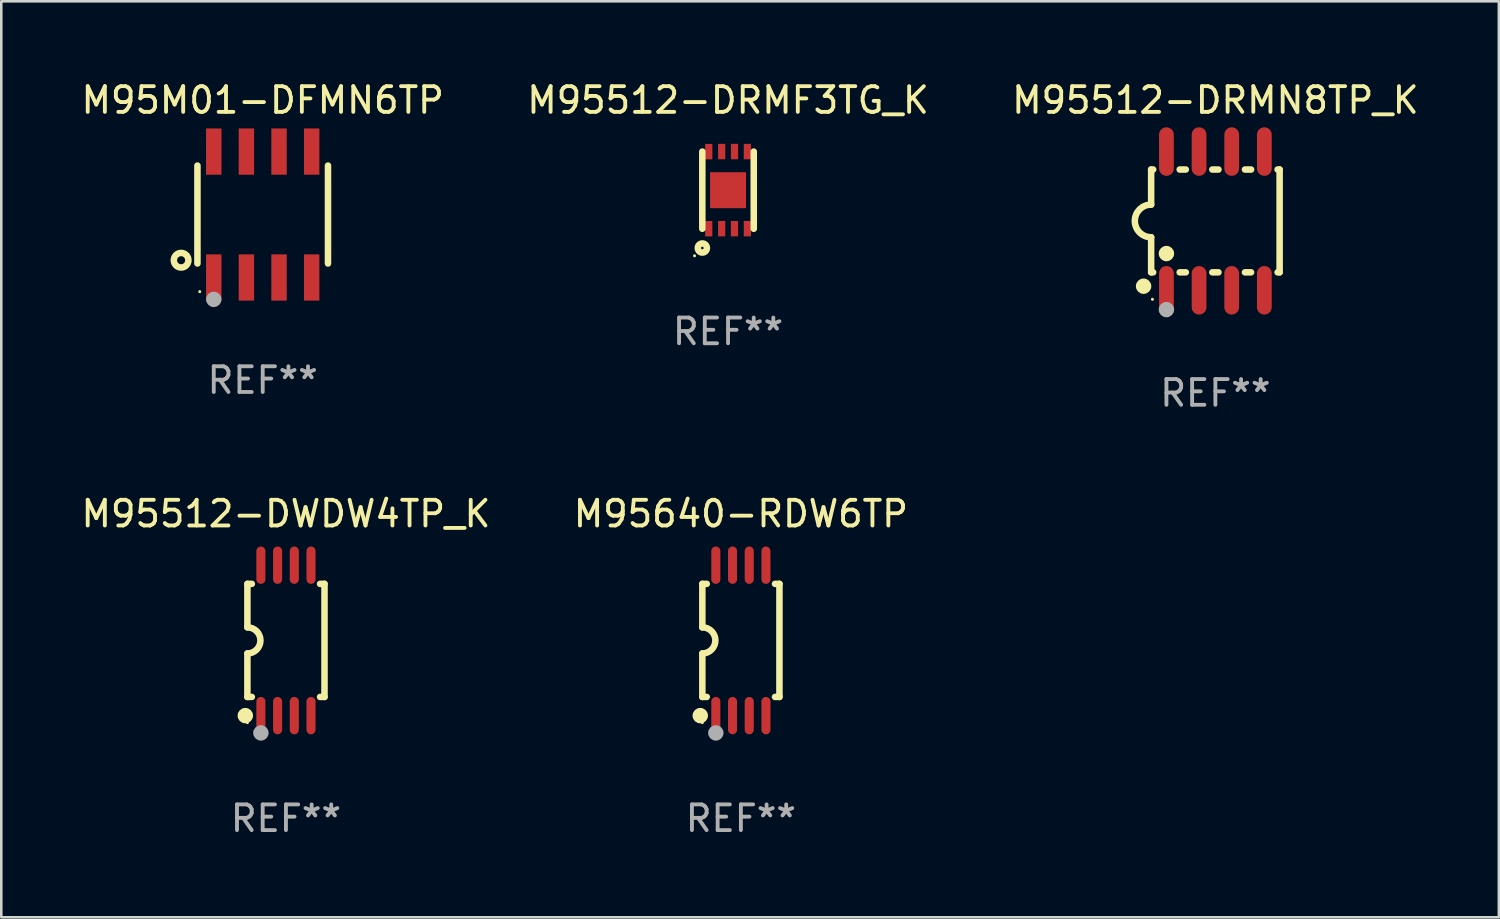
<source format=kicad_pcb>
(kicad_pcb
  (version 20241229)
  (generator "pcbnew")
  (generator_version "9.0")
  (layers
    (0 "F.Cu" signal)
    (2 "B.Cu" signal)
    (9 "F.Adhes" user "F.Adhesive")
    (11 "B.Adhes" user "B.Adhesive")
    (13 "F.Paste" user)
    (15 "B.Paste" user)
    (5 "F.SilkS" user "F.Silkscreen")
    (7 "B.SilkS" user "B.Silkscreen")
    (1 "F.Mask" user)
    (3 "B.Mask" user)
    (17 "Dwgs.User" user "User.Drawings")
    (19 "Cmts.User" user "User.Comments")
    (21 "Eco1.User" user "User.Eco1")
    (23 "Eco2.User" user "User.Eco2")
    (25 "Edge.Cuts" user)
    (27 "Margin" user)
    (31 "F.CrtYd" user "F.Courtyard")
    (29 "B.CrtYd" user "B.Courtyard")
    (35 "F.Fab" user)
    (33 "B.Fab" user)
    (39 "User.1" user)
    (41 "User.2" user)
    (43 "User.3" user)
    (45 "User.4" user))
  (footprint "M95512-DRMF3TG_K"
    (layer "F.Cu")
    (at 25.28 4.35)
    (property "Reference" "M95512-DRMF3TG_K" (at 0 -3.502 0) (layer "F.SilkS") (effects (font (size 1 1) (thickness 0.15))))
    (attr through_hole)
    (fp_line (start -1.001 1.502) (end -1.001 -1.501) (stroke (width 0.254) (type solid)) (layer "F.SilkS"))
    (fp_line (start 1.001 1.502) (end 1.001 -1.501) (stroke (width 0.254) (type solid)) (layer "F.SilkS"))
    (fp_circle (center -1.304 2.554) (end -1.274 2.554) (stroke (width 0.06) (type solid)) (fill no) (layer "F.SilkS"))
    (fp_circle (center -1 2.251) (end -0.823 2.251) (stroke (width 0.254) (type solid)) (fill no) (layer "F.SilkS"))
    (fp_text user "REF**" (at 0 5.502 0) (layer "F.Fab") (effects (font (size 1 1) (thickness 0.15))))
    (pad "1" smd rect (at -0.75 1.5 180) (size 0.28 0.6) (layers "F.Cu" "F.Mask" "F.Paste"))
    (pad "2" smd rect (at -0.248 1.498 180) (size 0.28 0.6) (layers "F.Cu" "F.Mask" "F.Paste"))
    (pad "3" smd rect (at 0.25 1.5 180) (size 0.28 0.6) (layers "F.Cu" "F.Mask" "F.Paste"))
    (pad "4" smd rect (at 0.752 1.498 180) (size 0.28 0.6) (layers "F.Cu" "F.Mask" "F.Paste"))
    (pad "5" smd rect (at 0.752 -1.502 180) (size 0.28 0.6) (layers "F.Cu" "F.Mask" "F.Paste"))
    (pad "6" smd rect (at 0.252 -1.502 180) (size 0.28 0.6) (layers "F.Cu" "F.Mask" "F.Paste"))
    (pad "7" smd rect (at -0.248 -1.502 180) (size 0.28 0.6) (layers "F.Cu" "F.Mask" "F.Paste"))
    (pad "8" smd rect (at -0.75 -1.5 180) (size 0.28 0.6) (layers "F.Cu" "F.Mask" "F.Paste"))
    (pad "9" smd rect (at 0.000051 0.001 270) (size 1.4 1.4) (layers "F.Cu" "F.Mask" "F.Paste")))
  (footprint "M95M01-DFMN6TP"
    (layer "F.Cu")
    (at 7.173 5.298)
    (property "Reference" "M95M01-DFMN6TP" (at 0 -4.45 0) (layer "F.SilkS") (effects (font (size 1 1) (thickness 0.15))))
    (attr through_hole)
    (fp_line (start -2.54 -1.905) (end -2.54 1.905) (stroke (width 0.254) (type solid)) (layer "F.SilkS"))
    (fp_line (start 2.54 -1.905) (end 2.54 1.905) (stroke (width 0.254) (type solid)) (layer "F.SilkS"))
    (fp_circle (center -3.175 1.778) (end -2.891 1.778) (stroke (width 0.254) (type solid)) (fill no) (layer "F.SilkS"))
    (fp_circle (center -2.45 3) (end -2.42 3) (stroke (width 0.06) (type solid)) (fill no) (layer "F.SilkS"))
    (fp_circle (center -1.905 3.302) (end -1.755 3.302) (stroke (width 0.3) (type solid)) (fill no) (layer "F.Fab"))
    (fp_text user "REF**" (at 0 6.45 0) (layer "F.Fab") (effects (font (size 1 1) (thickness 0.15))))
    (pad "1" smd rect (at -1.905 2.45) (size 0.6 1.8) (layers "F.Cu" "F.Mask" "F.Paste"))
    (pad "2" smd rect (at -0.635 2.45) (size 0.6 1.8) (layers "F.Cu" "F.Mask" "F.Paste"))
    (pad "3" smd rect (at 0.635 2.45) (size 0.6 1.8) (layers "F.Cu" "F.Mask" "F.Paste"))
    (pad "4" smd rect (at 1.905 2.45) (size 0.6 1.8) (layers "F.Cu" "F.Mask" "F.Paste"))
    (pad "5" smd rect (at 1.905 -2.45 180) (size 0.6 1.8) (layers "F.Cu" "F.Mask" "F.Paste"))
    (pad "6" smd rect (at 0.635 -2.45 180) (size 0.6 1.8) (layers "F.Cu" "F.Mask" "F.Paste"))
    (pad "7" smd rect (at -0.635 -2.45 180) (size 0.6 1.8) (layers "F.Cu" "F.Mask" "F.Paste"))
    (pad "8" smd rect (at -1.905 -2.45 180) (size 0.6 1.8) (layers "F.Cu" "F.Mask" "F.Paste")))
  (footprint "M95512-DRMN8TP_K"
    (layer "F.Cu")
    (at 44.244 5.547)
    (property "Reference" "M95512-DRMN8TP_K" (at 0 -4.699 0) (layer "F.SilkS") (effects (font (size 1 1) (thickness 0.15))))
    (attr through_hole)
    (fp_line (start -2.5 -2) (end -2.5 -0.635) (stroke (width 0.254) (type solid)) (layer "F.SilkS"))
    (fp_line (start -2.5 -2) (end -2.421 -2) (stroke (width 0.254) (type solid)) (layer "F.SilkS"))
    (fp_line (start -2.5 2) (end -2.5 0.635) (stroke (width 0.254) (type solid)) (layer "F.SilkS"))
    (fp_line (start -2.5 2) (end -2.421 2) (stroke (width 0.254) (type solid)) (layer "F.SilkS"))
    (fp_line (start -1.389 -2) (end -1.151 -2) (stroke (width 0.254) (type solid)) (layer "F.SilkS"))
    (fp_line (start -1.389 2) (end -1.151 2) (stroke (width 0.254) (type solid)) (layer "F.SilkS"))
    (fp_line (start -0.119 -2) (end 0.119 -2) (stroke (width 0.254) (type solid)) (layer "F.SilkS"))
    (fp_line (start -0.119 2) (end 0.119 2) (stroke (width 0.254) (type solid)) (layer "F.SilkS"))
    (fp_line (start 1.151 -2) (end 1.389 -2) (stroke (width 0.254) (type solid)) (layer "F.SilkS"))
    (fp_line (start 1.151 2) (end 1.389 2) (stroke (width 0.254) (type solid)) (layer "F.SilkS"))
    (fp_line (start 2.421 -2) (end 2.5 -2) (stroke (width 0.254) (type solid)) (layer "F.SilkS"))
    (fp_line (start 2.421 2) (end 2.5 2) (stroke (width 0.254) (type solid)) (layer "F.SilkS"))
    (fp_line (start 2.5 -2) (end 2.5 2) (stroke (width 0.254) (type solid)) (layer "F.SilkS"))
    (fp_arc (start -2.5 0.635001) (mid -3.134366 -0.000318) (end -2.499365 -0.635001) (stroke (width 0.254001) (type solid)) (layer "F.SilkS"))
    (fp_circle (center -2.794 2.54) (end -2.644 2.54) (stroke (width 0.3) (type solid)) (fill no) (layer "F.SilkS"))
    (fp_circle (center -2.45 3.05) (end -2.42 3.05) (stroke (width 0.06) (type solid)) (fill no) (layer "F.SilkS"))
    (fp_circle (center -1.905 1.27) (end -1.755 1.27) (stroke (width 0.3) (type solid)) (fill no) (layer "F.SilkS"))
    (fp_circle (center -1.905 3.45) (end -1.755 3.45) (stroke (width 0.3) (type solid)) (fill no) (layer "F.Fab"))
    (fp_text user "REF**" (at 0 6.699 0) (layer "F.Fab") (effects (font (size 1 1) (thickness 0.15))))
    (pad "1" smd oval (at -1.905 2.699) (size 0.574 1.888) (layers "F.Cu" "F.Mask" "F.Paste"))
    (pad "2" smd oval (at -0.635 2.699) (size 0.574 1.888) (layers "F.Cu" "F.Mask" "F.Paste"))
    (pad "3" smd oval (at 0.635 2.699) (size 0.574 1.888) (layers "F.Cu" "F.Mask" "F.Paste"))
    (pad "4" smd oval (at 1.905 2.699) (size 0.574 1.888) (layers "F.Cu" "F.Mask" "F.Paste"))
    (pad "5" smd oval (at 1.905 -2.699) (size 0.574 1.888) (layers "F.Cu" "F.Mask" "F.Paste"))
    (pad "6" smd oval (at 0.635 -2.699) (size 0.574 1.888) (layers "F.Cu" "F.Mask" "F.Paste"))
    (pad "7" smd oval (at -0.635 -2.699) (size 0.574 1.888) (layers "F.Cu" "F.Mask" "F.Paste"))
    (pad "8" smd oval (at -1.905 -2.699) (size 0.574 1.888) (layers "F.Cu" "F.Mask" "F.Paste")))
  (footprint "M95640-RDW6TP"
    (layer "F.Cu")
    (at 25.78 21.87)
    (property "Reference" "M95640-RDW6TP" (at 0 -4.927 0) (layer "F.SilkS") (effects (font (size 1 1) (thickness 0.15))))
    (attr through_hole)
    (fp_line (start -1.5 -2.2) (end -1.5 -0.508) (stroke (width 0.254) (type solid)) (layer "F.SilkS"))
    (fp_line (start -1.5 -2.2) (end -1.328 -2.2) (stroke (width 0.254) (type solid)) (layer "F.SilkS"))
    (fp_line (start -1.5 2.2) (end -1.5 0.508) (stroke (width 0.254) (type solid)) (layer "F.SilkS"))
    (fp_line (start -1.5 2.2) (end -1.328 2.2) (stroke (width 0.254) (type solid)) (layer "F.SilkS"))
    (fp_line (start 1.328 -2.2) (end 1.5 -2.2) (stroke (width 0.254) (type solid)) (layer "F.SilkS"))
    (fp_line (start 1.328 2.2) (end 1.5 2.2) (stroke (width 0.254) (type solid)) (layer "F.SilkS"))
    (fp_line (start 1.5 -2.2) (end 1.5 2.2) (stroke (width 0.254) (type solid)) (layer "F.SilkS"))
    (fp_arc (start -1.501144 -0.508) (mid -0.993143 -0.000571) (end -1.5 0.508001) (stroke (width 0.254001) (type solid)) (layer "F.SilkS"))
    (fp_circle (center -1.581 2.927) (end -1.431 2.927) (stroke (width 0.3) (type solid)) (fill no) (layer "F.SilkS"))
    (fp_circle (center -1.5 3.2) (end -1.47 3.2) (stroke (width 0.06) (type solid)) (fill no) (layer "F.SilkS"))
    (fp_circle (center -0.975 3.6) (end -0.825 3.6) (stroke (width 0.3) (type solid)) (fill no) (layer "F.Fab"))
    (fp_text user "REF**" (at 0 6.927 0) (layer "F.Fab") (effects (font (size 1 1) (thickness 0.15))))
    (pad "1" smd oval (at -0.975 2.927) (size 0.353 1.454) (layers "F.Cu" "F.Mask" "F.Paste"))
    (pad "2" smd oval (at -0.325 2.927) (size 0.353 1.454) (layers "F.Cu" "F.Mask" "F.Paste"))
    (pad "3" smd oval (at 0.325 2.927) (size 0.353 1.454) (layers "F.Cu" "F.Mask" "F.Paste"))
    (pad "4" smd oval (at 0.975 2.927) (size 0.353 1.454) (layers "F.Cu" "F.Mask" "F.Paste"))
    (pad "5" smd oval (at 0.975 -2.927) (size 0.353 1.454) (layers "F.Cu" "F.Mask" "F.Paste"))
    (pad "6" smd oval (at 0.325 -2.927) (size 0.353 1.454) (layers "F.Cu" "F.Mask" "F.Paste"))
    (pad "7" smd oval (at -0.325 -2.927) (size 0.353 1.454) (layers "F.Cu" "F.Mask" "F.Paste"))
    (pad "8" smd oval (at -0.975 -2.927) (size 0.353 1.454) (layers "F.Cu" "F.Mask" "F.Paste")))
  (footprint "M95512-DWDW4TP_K"
    (layer "F.Cu")
    (at 8.077 21.87)
    (property "Reference" "M95512-DWDW4TP_K" (at 0 -4.927 0) (layer "F.SilkS") (effects (font (size 1 1) (thickness 0.15))))
    (attr through_hole)
    (fp_line (start -1.5 -2.2) (end -1.5 -0.508) (stroke (width 0.254) (type solid)) (layer "F.SilkS"))
    (fp_line (start -1.5 -2.2) (end -1.328 -2.2) (stroke (width 0.254) (type solid)) (layer "F.SilkS"))
    (fp_line (start -1.5 2.2) (end -1.5 0.508) (stroke (width 0.254) (type solid)) (layer "F.SilkS"))
    (fp_line (start -1.5 2.2) (end -1.328 2.2) (stroke (width 0.254) (type solid)) (layer "F.SilkS"))
    (fp_line (start 1.328 -2.2) (end 1.5 -2.2) (stroke (width 0.254) (type solid)) (layer "F.SilkS"))
    (fp_line (start 1.328 2.2) (end 1.5 2.2) (stroke (width 0.254) (type solid)) (layer "F.SilkS"))
    (fp_line (start 1.5 -2.2) (end 1.5 2.2) (stroke (width 0.254) (type solid)) (layer "F.SilkS"))
    (fp_arc (start -1.501144 -0.508) (mid -0.993143 -0.000571) (end -1.5 0.508001) (stroke (width 0.254001) (type solid)) (layer "F.SilkS"))
    (fp_circle (center -1.581 2.927) (end -1.431 2.927) (stroke (width 0.3) (type solid)) (fill no) (layer "F.SilkS"))
    (fp_circle (center -1.5 3.2) (end -1.47 3.2) (stroke (width 0.06) (type solid)) (fill no) (layer "F.SilkS"))
    (fp_circle (center -0.975 3.6) (end -0.825 3.6) (stroke (width 0.3) (type solid)) (fill no) (layer "F.Fab"))
    (fp_text user "REF**" (at 0 6.927 0) (layer "F.Fab") (effects (font (size 1 1) (thickness 0.15))))
    (pad "1" smd oval (at -0.975 2.927) (size 0.353 1.454) (layers "F.Cu" "F.Mask" "F.Paste"))
    (pad "2" smd oval (at -0.325 2.927) (size 0.353 1.454) (layers "F.Cu" "F.Mask" "F.Paste"))
    (pad "3" smd oval (at 0.325 2.927) (size 0.353 1.454) (layers "F.Cu" "F.Mask" "F.Paste"))
    (pad "4" smd oval (at 0.975 2.927) (size 0.353 1.454) (layers "F.Cu" "F.Mask" "F.Paste"))
    (pad "5" smd oval (at 0.975 -2.927) (size 0.353 1.454) (layers "F.Cu" "F.Mask" "F.Paste"))
    (pad "6" smd oval (at 0.325 -2.927) (size 0.353 1.454) (layers "F.Cu" "F.Mask" "F.Paste"))
    (pad "7" smd oval (at -0.325 -2.927) (size 0.353 1.454) (layers "F.Cu" "F.Mask" "F.Paste"))
    (pad "8" smd oval (at -0.975 -2.927) (size 0.353 1.454) (layers "F.Cu" "F.Mask" "F.Paste")))
  (gr_rect
    (start -3 -3)
    (end 55.274 32.645)
    (stroke (width 0.1) (type default))
    (fill no)
    (layer "Edge.Cuts")))
</source>
